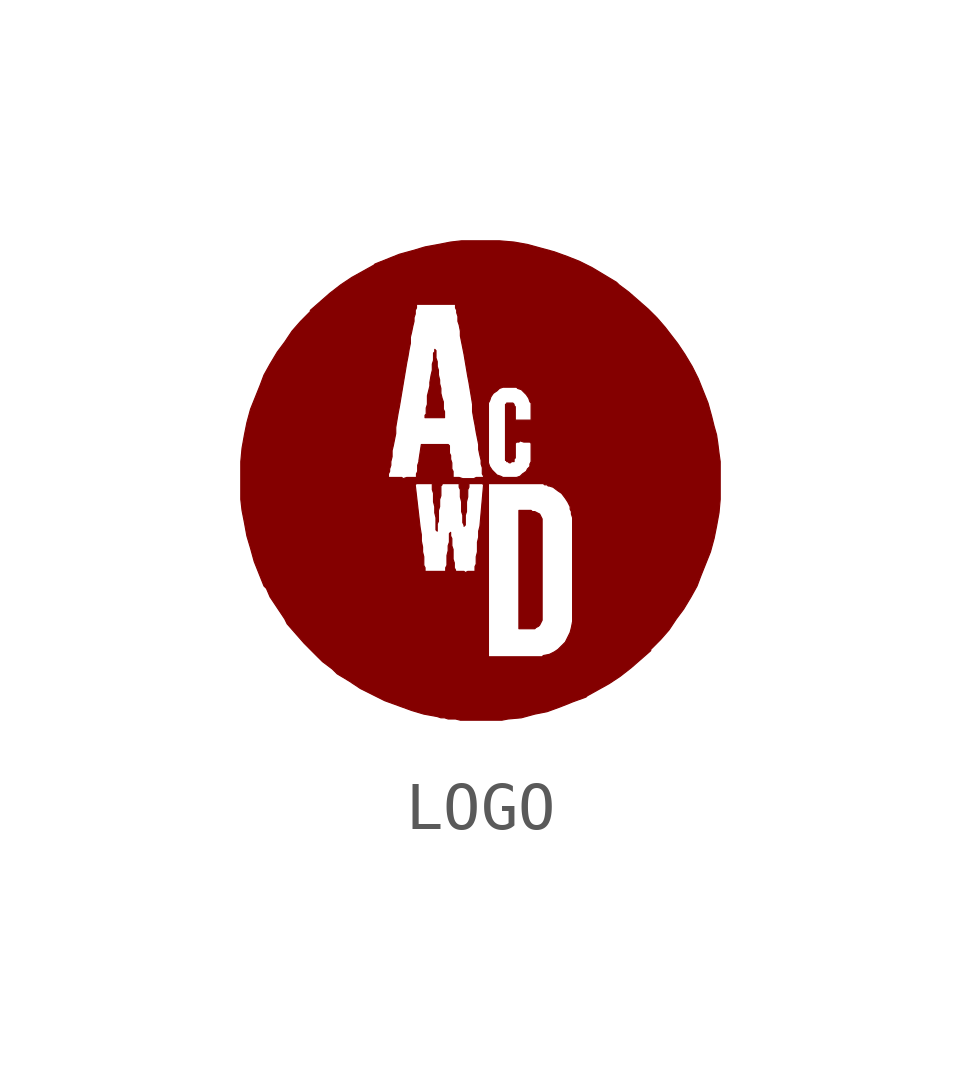
<source format=kicad_sym>
(kicad_symbol_lib
  (version 20231120)
  (generator "kicad_symbol_editor")
  (generator_version "8.0")
  (symbol "LOGO"
    (pin_names
      (offset 1.016))
    (property "Reference" "#G"
      (at 0 -4.242 0)
      (effects (font (size 1.524 1.524)) (hide yes)))
    (symbol "LOGO_0_0"
      (polyline (pts (xy 1.143 -3.048) (xy 1.194 -3.023) (xy 1.219 -2.997) (xy 1.27 -2.896) (xy 1.27 -0.787) (xy 1.219 -0.686) (xy 1.118 -0.635) (xy 1.067 -0.635) (xy 1.041 -0.61) (xy 0.787 -0.61) (xy 0.787 -3.073) (xy 1.118 -3.073) (xy 1.143 -3.048)) (stroke (width 0.025) (type solid)) (fill (type outline)))
      (polyline (pts (xy -0.762 1.448) (xy -0.787 1.499) (xy -0.787 1.651) (xy -0.813 1.727) (xy -0.838 1.829) (xy -0.838 1.93) (xy -0.864 2.032) (xy -0.864 2.108) (xy -0.889 2.21) (xy -0.889 2.311) (xy -0.914 2.388) (xy -0.914 2.489) (xy -0.94 2.565) (xy -0.94 2.718) (xy -0.965 2.743) (xy -0.965 2.692) (xy -0.991 2.667) (xy -0.991 2.515) (xy -1.016 2.438) (xy -1.016 2.311) (xy -1.041 2.21) (xy -1.067 2.057) (xy -1.067 1.981) (xy -1.118 1.778) (xy -1.118 1.6) (xy -1.143 1.524) (xy -1.143 1.397) (xy -1.168 1.372) (xy -1.168 1.321) (xy -0.762 1.321) (xy -0.762 1.448)) (stroke (width 0.025) (type solid)) (fill (type outline)))
      (polyline (pts (xy 0.559 -4.953) (xy 0.838 -4.928) (xy 1.118 -4.851) (xy 1.372 -4.801) (xy 1.651 -4.699) (xy 1.905 -4.597) (xy 2.184 -4.496) (xy 2.21 -4.47) (xy 2.667 -4.216) (xy 2.896 -4.064) (xy 3.124 -3.886) (xy 3.531 -3.531) (xy 3.531 -3.505) (xy 3.734 -3.302) (xy 3.912 -3.099) (xy 4.064 -2.87) (xy 4.216 -2.667) (xy 4.369 -2.413) (xy 4.496 -2.184) (xy 4.572 -1.981) (xy 4.775 -1.473) (xy 4.851 -1.194) (xy 4.902 -0.94) (xy 4.953 -0.66) (xy 4.978 -0.381) (xy 4.978 0.406) (xy 4.953 0.584) (xy 4.928 0.787) (xy 4.902 0.965) (xy 4.851 1.143) (xy 4.801 1.346) (xy 4.724 1.626) (xy 4.521 2.134) (xy 4.394 2.388) (xy 4.242 2.642) (xy 4.089 2.87) (xy 3.912 3.099) (xy 3.835 3.2) (xy 3.658 3.404) (xy 3.48 3.581) (xy 3.073 3.937) (xy 2.87 4.089) (xy 2.819 4.14) (xy 2.311 4.445) (xy 2.057 4.572) (xy 1.803 4.674) (xy 1.524 4.775) (xy 0.965 4.928) (xy 0.686 4.978) (xy 0.381 5.004) (xy -0.406 5.004) (xy -0.635 4.978) (xy -0.889 4.928) (xy -1.168 4.877) (xy -1.422 4.801) (xy -1.702 4.724) (xy -2.21 4.521) (xy -2.235 4.496) (xy -2.692 4.242) (xy -2.921 4.089) (xy -3.15 3.912) (xy -3.556 3.556) (xy -3.556 3.531) (xy -3.759 3.327) (xy -3.937 3.124) (xy -4.089 2.896) (xy -4.242 2.692) (xy -4.394 2.438) (xy -4.521 2.21) (xy -4.597 2.007) (xy -4.801 1.499) (xy -4.877 1.219) (xy -4.928 0.965) (xy -4.978 0.686) (xy -5.004 0.406) (xy -5.004 0.076) (xy -1.93 0.076) (xy -1.93 0.152) (xy -1.905 0.203) (xy -1.905 0.254) (xy -1.88 0.33) (xy -1.88 0.406) (xy -1.854 0.508) (xy -1.854 0.635) (xy -1.829 0.737) (xy -1.778 0.991) (xy -1.778 1.118) (xy -1.727 1.422) (xy -1.702 1.549) (xy -1.549 2.464) (xy -1.524 2.591) (xy -1.499 2.743) (xy -1.473 2.87) (xy -1.473 2.997) (xy -1.448 3.099) (xy -1.422 3.226) (xy -1.397 3.327) (xy -1.397 3.404) (xy -1.372 3.48) (xy -1.372 3.556) (xy -1.346 3.607) (xy -1.346 3.683) (xy -0.533 3.683) (xy -0.533 3.607) (xy -0.508 3.556) (xy -0.508 3.505) (xy -0.483 3.429) (xy -0.483 3.327) (xy -0.457 3.251) (xy -0.432 3.124) (xy -0.432 3.023) (xy -0.356 2.642) (xy -0.279 2.184) (xy -0.254 2.057) (xy -0.178 1.6) (xy -0.178 1.448) (xy -0.152 1.295) (xy -0.127 1.168) (xy -0.102 1.016) (xy -0.051 0.762) (xy -0.051 0.66) (xy -0.025 0.533) (xy 0 0.432) (xy 0 0.381) (xy 0.152 0.381) (xy 0.152 1.626) (xy 0.178 1.676) (xy 0.203 1.753) (xy 0.254 1.829) (xy 0.33 1.88) (xy 0.381 1.93) (xy 0.457 1.956) (xy 0.737 1.956) (xy 0.762 1.93) (xy 0.838 1.905) (xy 0.94 1.803) (xy 0.991 1.727) (xy 1.016 1.651) (xy 1.041 1.626) (xy 1.041 1.27) (xy 0.711 1.27) (xy 0.711 1.549) (xy 0.686 1.575) (xy 0.686 1.6) (xy 0.66 1.626) (xy 0.533 1.626) (xy 0.533 1.6) (xy 0.508 1.6) (xy 0.508 0.432) (xy 0.533 0.432) (xy 0.533 0.406) (xy 0.559 0.406) (xy 0.584 0.381) (xy 0.61 0.381) (xy 0.635 0.406) (xy 0.686 0.406) (xy 0.686 0.457) (xy 0.711 0.483) (xy 0.711 0.787) (xy 0.737 0.813) (xy 0.787 0.813) (xy 0.813 0.838) (xy 0.889 0.813) (xy 1.016 0.813) (xy 1.041 0.787) (xy 1.041 0.406) (xy 1.016 0.356) (xy 1.016 0.305) (xy 0.965 0.254) (xy 0.94 0.203) (xy 0.864 0.152) (xy 0.813 0.102) (xy 0.737 0.076) (xy 0.457 0.076) (xy 0.406 0.102) (xy 0.33 0.127) (xy 0.229 0.229) (xy 0.178 0.305) (xy 0.152 0.381) (xy 0 0.381) (xy 0 0.356) (xy 0.025 0.279) (xy 0.025 0.152) (xy 0.051 0.102) (xy 0.051 0.076) (xy -0.102 0.076) (xy -0.152 0.051) (xy -0.381 0.051) (xy -0.457 0.076) (xy -0.584 0.076) (xy -0.584 0.203) (xy -0.61 0.254) (xy -0.61 0.381) (xy -0.635 0.457) (xy -0.635 0.533) (xy -0.66 0.584) (xy -0.66 0.737) (xy -0.686 0.762) (xy -1.245 0.762) (xy -1.295 0.432) (xy -1.295 0.406) (xy -1.321 0.33) (xy -1.321 0.203) (xy -1.346 0.152) (xy -1.346 0.076) (xy -1.549 0.076) (xy -1.626 0.051) (xy -1.651 0.076) (xy -1.93 0.076) (xy -5.004 0.076) (xy -5.004 -0.076) (xy -1.372 -0.076) (xy -1.346 -0.051) (xy -1.016 -0.051) (xy -1.016 -0.178) (xy -0.991 -0.254) (xy -0.991 -0.432) (xy -0.965 -0.533) (xy -0.965 -0.66) (xy -0.94 -0.762) (xy -0.94 -1.016) (xy -0.914 -1.041) (xy -0.914 -0.889) (xy -0.889 -0.838) (xy -0.889 -0.61) (xy -0.864 -0.533) (xy -0.864 -0.381) (xy -0.838 -0.305) (xy -0.838 -0.102) (xy -0.813 -0.076) (xy -0.813 -0.051) (xy -0.457 -0.051) (xy -0.457 -0.127) (xy -0.432 -0.178) (xy -0.432 -0.33) (xy -0.406 -0.432) (xy -0.406 -0.635) (xy -0.381 -0.711) (xy -0.381 -0.864) (xy -0.356 -0.914) (xy -0.356 -0.94) (xy -0.33 -0.914) (xy -0.33 -0.711) (xy -0.305 -0.635) (xy -0.305 -0.432) (xy -0.279 -0.33) (xy -0.279 -0.178) (xy -0.254 -0.127) (xy -0.254 -0.051) (xy 0.025 -0.051) (xy 0.051 -0.076) (xy -0.025 -0.94) (xy -0.051 -1.041) (xy -0.051 -1.168) (xy -0.076 -1.27) (xy -0.076 -1.473) (xy -0.102 -1.575) (xy -0.102 -1.727) (xy -0.127 -1.778) (xy -0.127 -1.88) (xy -0.279 -1.88) (xy -0.33 -1.905) (xy -0.356 -1.88) (xy -0.533 -1.88) (xy -0.533 -1.854) (xy -0.559 -1.803) (xy -0.559 -1.702) (xy -0.584 -1.626) (xy -0.584 -1.422) (xy -0.61 -1.346) (xy -0.61 -1.194) (xy -0.635 -1.143) (xy -0.635 -1.067) (xy -0.66 -1.092) (xy -0.66 -1.27) (xy -0.686 -1.346) (xy -0.686 -1.448) (xy -0.711 -1.549) (xy -0.711 -1.753) (xy -0.737 -1.803) (xy -0.737 -1.88) (xy -1.168 -1.88) (xy -1.168 -1.803) (xy -1.194 -1.753) (xy -1.194 -1.575) (xy -1.219 -1.473) (xy -1.219 -1.372) (xy -1.245 -1.245) (xy -1.245 -1.118) (xy -1.27 -0.965) (xy -1.372 -0.076) (xy -5.004 -0.076) (xy -5.004 -0.381) (xy -4.978 -0.61) (xy -4.928 -0.864) (xy -4.877 -1.143) (xy -4.801 -1.397) (xy -4.724 -1.676) (xy -4.521 -2.184) (xy -4.47 -2.235) (xy -4.394 -2.413) (xy -4.089 -2.87) (xy -4.039 -2.972) (xy -3.683 -3.378) (xy -3.404 -3.658) (xy 0.152 -3.658) (xy 0.152 -0.051) (xy 1.295 -0.051) (xy 1.321 -0.076) (xy 1.372 -0.076) (xy 1.397 -0.102) (xy 1.422 -0.102) (xy 1.499 -0.127) (xy 1.6 -0.203) (xy 1.676 -0.254) (xy 1.753 -0.356) (xy 1.803 -0.432) (xy 1.854 -0.533) (xy 1.854 -0.584) (xy 1.88 -0.635) (xy 1.88 -0.686) (xy 1.905 -0.762) (xy 1.905 -2.921) (xy 1.88 -3.048) (xy 1.854 -3.15) (xy 1.753 -3.353) (xy 1.6 -3.505) (xy 1.524 -3.556) (xy 1.422 -3.607) (xy 1.295 -3.632) (xy 1.27 -3.658) (xy 0.152 -3.658) (xy -3.404 -3.658) (xy -3.302 -3.759) (xy -3.099 -3.912) (xy -2.997 -4.013) (xy -2.743 -4.166) (xy -2.515 -4.318) (xy -2.007 -4.572) (xy -1.448 -4.775) (xy -1.194 -4.851) (xy -0.914 -4.902) (xy -0.838 -4.928) (xy -0.762 -4.928) (xy -0.686 -4.953) (xy -0.533 -4.953) (xy -0.432 -4.978) (xy 0.432 -4.978) (xy 0.559 -4.953)) (stroke (width 0.025) (type solid)) (fill (type outline))))))
</source>
